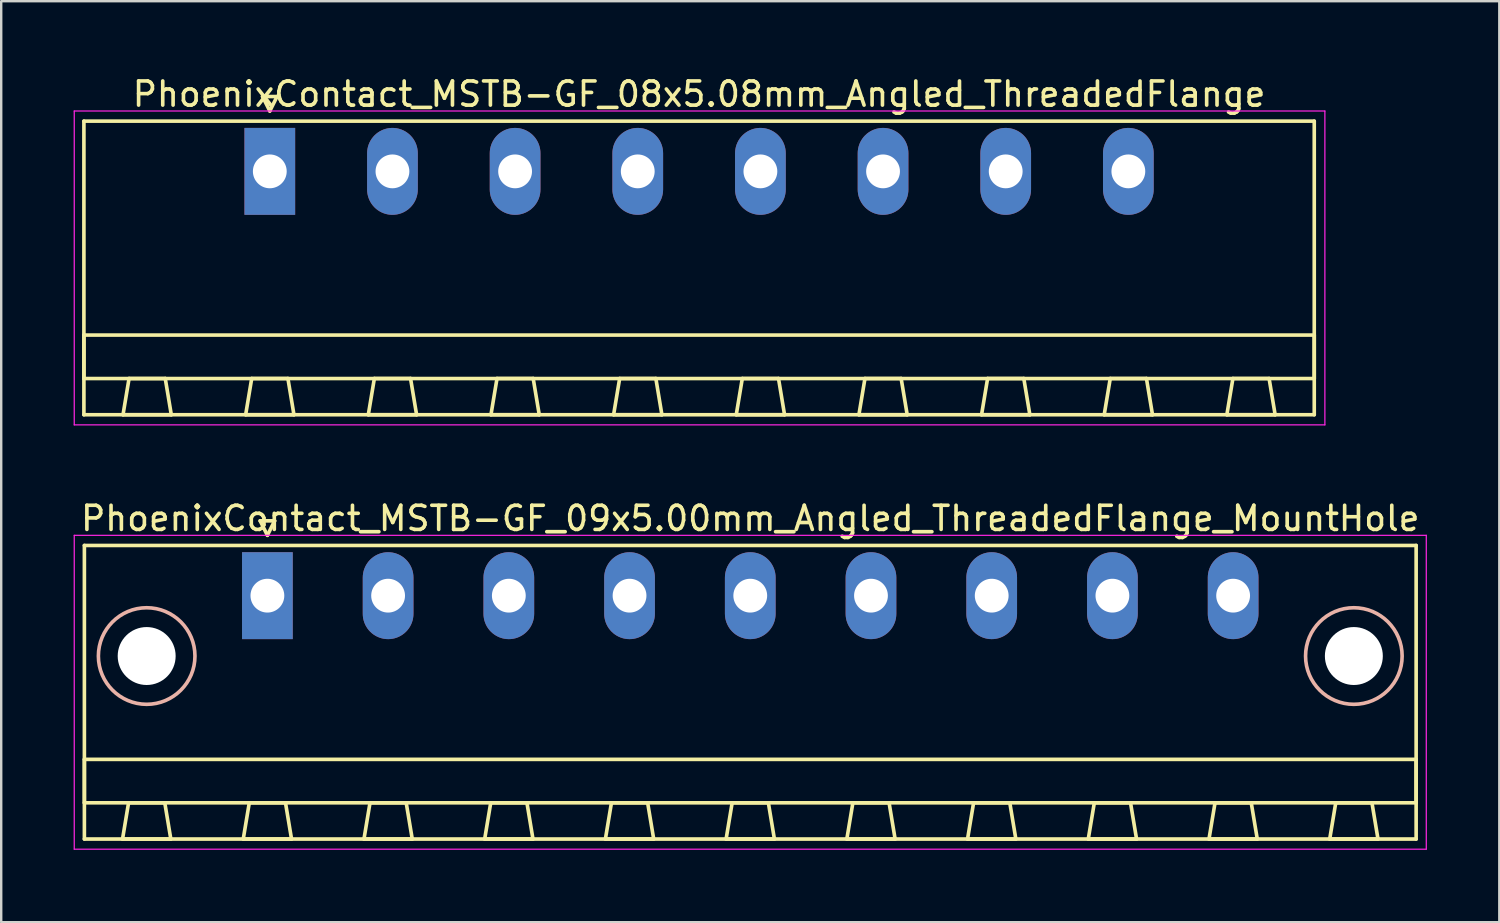
<source format=kicad_pcb>
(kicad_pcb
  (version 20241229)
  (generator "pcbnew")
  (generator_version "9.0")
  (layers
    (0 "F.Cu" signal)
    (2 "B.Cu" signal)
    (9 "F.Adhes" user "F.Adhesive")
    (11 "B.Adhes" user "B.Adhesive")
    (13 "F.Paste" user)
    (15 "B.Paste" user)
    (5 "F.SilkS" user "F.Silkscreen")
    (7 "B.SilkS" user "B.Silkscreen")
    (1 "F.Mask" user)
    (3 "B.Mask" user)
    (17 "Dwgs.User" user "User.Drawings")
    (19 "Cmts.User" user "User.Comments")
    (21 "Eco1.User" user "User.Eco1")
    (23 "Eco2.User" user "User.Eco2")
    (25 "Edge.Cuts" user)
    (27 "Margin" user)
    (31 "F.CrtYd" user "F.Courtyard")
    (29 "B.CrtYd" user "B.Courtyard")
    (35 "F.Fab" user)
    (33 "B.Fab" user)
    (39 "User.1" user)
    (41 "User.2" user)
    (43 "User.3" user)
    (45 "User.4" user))
  (footprint "PhoenixContact_MSTB-GF_08x5.08mm_Angled_ThreadedFlange"
    (layer "F.Cu")
    (at 8.125 4.048)
    (property "Reference" "PhoenixContact_MSTB-GF_08x5.08mm_Angled_ThreadedFlange" (at 17.78 -3.2 0) (layer "F.SilkS") (effects (font (size 1 1) (thickness 0.15))))
    (attr through_hole)
    (fp_line (start -7.7 -2.08) (end -7.7 10.08) (stroke (width 0.15) (type solid)) (layer "F.SilkS"))
    (fp_line (start -7.7 6.78) (end 43.26 6.78) (stroke (width 0.15) (type solid)) (layer "F.SilkS"))
    (fp_line (start -7.7 8.58) (end -7.7 6.78) (stroke (width 0.15) (type solid)) (layer "F.SilkS"))
    (fp_line (start -7.7 10.08) (end 43.26 10.08) (stroke (width 0.15) (type solid)) (layer "F.SilkS"))
    (fp_line (start -6.08 10.08) (end -4.08 10.08) (stroke (width 0.15) (type solid)) (layer "F.SilkS"))
    (fp_line (start -5.83 8.58) (end -6.08 10.08) (stroke (width 0.15) (type solid)) (layer "F.SilkS"))
    (fp_line (start -4.33 8.58) (end -5.83 8.58) (stroke (width 0.15) (type solid)) (layer "F.SilkS"))
    (fp_line (start -4.08 10.08) (end -4.33 8.58) (stroke (width 0.15) (type solid)) (layer "F.SilkS"))
    (fp_line (start -1 10.08) (end 1 10.08) (stroke (width 0.15) (type solid)) (layer "F.SilkS"))
    (fp_line (start -0.75 8.58) (end -1 10.08) (stroke (width 0.15) (type solid)) (layer "F.SilkS"))
    (fp_line (start -0.3 -3.1) (end 0 -2.5) (stroke (width 0.15) (type solid)) (layer "F.SilkS"))
    (fp_line (start 0 -2.5) (end 0.3 -3.1) (stroke (width 0.15) (type solid)) (layer "F.SilkS"))
    (fp_line (start 0.3 -3.1) (end -0.3 -3.1) (stroke (width 0.15) (type solid)) (layer "F.SilkS"))
    (fp_line (start 0.75 8.58) (end -0.75 8.58) (stroke (width 0.15) (type solid)) (layer "F.SilkS"))
    (fp_line (start 1 10.08) (end 0.75 8.58) (stroke (width 0.15) (type solid)) (layer "F.SilkS"))
    (fp_line (start 4.08 10.08) (end 6.08 10.08) (stroke (width 0.15) (type solid)) (layer "F.SilkS"))
    (fp_line (start 4.33 8.58) (end 4.08 10.08) (stroke (width 0.15) (type solid)) (layer "F.SilkS"))
    (fp_line (start 5.83 8.58) (end 4.33 8.58) (stroke (width 0.15) (type solid)) (layer "F.SilkS"))
    (fp_line (start 6.08 10.08) (end 5.83 8.58) (stroke (width 0.15) (type solid)) (layer "F.SilkS"))
    (fp_line (start 9.16 10.08) (end 11.16 10.08) (stroke (width 0.15) (type solid)) (layer "F.SilkS"))
    (fp_line (start 9.41 8.58) (end 9.16 10.08) (stroke (width 0.15) (type solid)) (layer "F.SilkS"))
    (fp_line (start 10.91 8.58) (end 9.41 8.58) (stroke (width 0.15) (type solid)) (layer "F.SilkS"))
    (fp_line (start 11.16 10.08) (end 10.91 8.58) (stroke (width 0.15) (type solid)) (layer "F.SilkS"))
    (fp_line (start 14.24 10.08) (end 16.24 10.08) (stroke (width 0.15) (type solid)) (layer "F.SilkS"))
    (fp_line (start 14.49 8.58) (end 14.24 10.08) (stroke (width 0.15) (type solid)) (layer "F.SilkS"))
    (fp_line (start 15.99 8.58) (end 14.49 8.58) (stroke (width 0.15) (type solid)) (layer "F.SilkS"))
    (fp_line (start 16.24 10.08) (end 15.99 8.58) (stroke (width 0.15) (type solid)) (layer "F.SilkS"))
    (fp_line (start 19.32 10.08) (end 21.32 10.08) (stroke (width 0.15) (type solid)) (layer "F.SilkS"))
    (fp_line (start 19.57 8.58) (end 19.32 10.08) (stroke (width 0.15) (type solid)) (layer "F.SilkS"))
    (fp_line (start 21.07 8.58) (end 19.57 8.58) (stroke (width 0.15) (type solid)) (layer "F.SilkS"))
    (fp_line (start 21.32 10.08) (end 21.07 8.58) (stroke (width 0.15) (type solid)) (layer "F.SilkS"))
    (fp_line (start 24.4 10.08) (end 26.4 10.08) (stroke (width 0.15) (type solid)) (layer "F.SilkS"))
    (fp_line (start 24.65 8.58) (end 24.4 10.08) (stroke (width 0.15) (type solid)) (layer "F.SilkS"))
    (fp_line (start 26.15 8.58) (end 24.65 8.58) (stroke (width 0.15) (type solid)) (layer "F.SilkS"))
    (fp_line (start 26.4 10.08) (end 26.15 8.58) (stroke (width 0.15) (type solid)) (layer "F.SilkS"))
    (fp_line (start 29.48 10.08) (end 31.48 10.08) (stroke (width 0.15) (type solid)) (layer "F.SilkS"))
    (fp_line (start 29.73 8.58) (end 29.48 10.08) (stroke (width 0.15) (type solid)) (layer "F.SilkS"))
    (fp_line (start 31.23 8.58) (end 29.73 8.58) (stroke (width 0.15) (type solid)) (layer "F.SilkS"))
    (fp_line (start 31.48 10.08) (end 31.23 8.58) (stroke (width 0.15) (type solid)) (layer "F.SilkS"))
    (fp_line (start 34.56 10.08) (end 36.56 10.08) (stroke (width 0.15) (type solid)) (layer "F.SilkS"))
    (fp_line (start 34.81 8.58) (end 34.56 10.08) (stroke (width 0.15) (type solid)) (layer "F.SilkS"))
    (fp_line (start 36.31 8.58) (end 34.81 8.58) (stroke (width 0.15) (type solid)) (layer "F.SilkS"))
    (fp_line (start 36.56 10.08) (end 36.31 8.58) (stroke (width 0.15) (type solid)) (layer "F.SilkS"))
    (fp_line (start 39.64 10.08) (end 41.64 10.08) (stroke (width 0.15) (type solid)) (layer "F.SilkS"))
    (fp_line (start 39.89 8.58) (end 39.64 10.08) (stroke (width 0.15) (type solid)) (layer "F.SilkS"))
    (fp_line (start 41.39 8.58) (end 39.89 8.58) (stroke (width 0.15) (type solid)) (layer "F.SilkS"))
    (fp_line (start 41.64 10.08) (end 41.39 8.58) (stroke (width 0.15) (type solid)) (layer "F.SilkS"))
    (fp_line (start 43.26 -2.08) (end -7.7 -2.08) (stroke (width 0.15) (type solid)) (layer "F.SilkS"))
    (fp_line (start 43.26 6.78) (end 43.26 8.58) (stroke (width 0.15) (type solid)) (layer "F.SilkS"))
    (fp_line (start 43.26 8.58) (end -7.7 8.58) (stroke (width 0.15) (type solid)) (layer "F.SilkS"))
    (fp_line (start 43.26 10.08) (end 43.26 -2.08) (stroke (width 0.15) (type solid)) (layer "F.SilkS"))
    (fp_line (start -8.1 -2.5) (end -8.1 10.5) (stroke (width 0.05) (type solid)) (layer "F.CrtYd"))
    (fp_line (start -8.1 10.5) (end 43.7 10.5) (stroke (width 0.05) (type solid)) (layer "F.CrtYd"))
    (fp_line (start 43.7 -2.5) (end -8.1 -2.5) (stroke (width 0.05) (type solid)) (layer "F.CrtYd"))
    (fp_line (start 43.7 10.5) (end 43.7 -2.5) (stroke (width 0.05) (type solid)) (layer "F.CrtYd"))
    (pad "1" thru_hole rect (at 0 0) (size 2.1 3.6) (drill 1.4) (layers "*.Cu" "*.Mask"))
    (pad "2" thru_hole oval (at 5.08 0) (size 2.1 3.6) (drill 1.4) (layers "*.Cu" "*.Mask"))
    (pad "3" thru_hole oval (at 10.16 0) (size 2.1 3.6) (drill 1.4) (layers "*.Cu" "*.Mask"))
    (pad "4" thru_hole oval (at 15.24 0) (size 2.1 3.6) (drill 1.4) (layers "*.Cu" "*.Mask"))
    (pad "5" thru_hole oval (at 20.32 0) (size 2.1 3.6) (drill 1.4) (layers "*.Cu" "*.Mask"))
    (pad "6" thru_hole oval (at 25.4 0) (size 2.1 3.6) (drill 1.4) (layers "*.Cu" "*.Mask"))
    (pad "7" thru_hole oval (at 30.48 0) (size 2.1 3.6) (drill 1.4) (layers "*.Cu" "*.Mask"))
    (pad "8" thru_hole oval (at 35.56 0) (size 2.1 3.6) (drill 1.4) (layers "*.Cu" "*.Mask")))
  (footprint "PhoenixContact_MSTB-GF_09x5.00mm_Angled_ThreadedFlange_MountHole"
    (layer "F.Cu")
    (at 8.025 21.622)
    (property "Reference" "PhoenixContact_MSTB-GF_09x5.00mm_Angled_ThreadedFlange_MountHole" (at 20 -3.2 0) (layer "F.SilkS") (effects (font (size 1 1) (thickness 0.15))))
    (attr through_hole)
    (fp_line (start -7.58 -2.08) (end -7.58 10.08) (stroke (width 0.15) (type solid)) (layer "F.SilkS"))
    (fp_line (start -7.58 6.78) (end 47.58 6.78) (stroke (width 0.15) (type solid)) (layer "F.SilkS"))
    (fp_line (start -7.58 8.58) (end -7.58 6.78) (stroke (width 0.15) (type solid)) (layer "F.SilkS"))
    (fp_line (start -7.58 10.08) (end 47.58 10.08) (stroke (width 0.15) (type solid)) (layer "F.SilkS"))
    (fp_line (start -6 10.08) (end -4 10.08) (stroke (width 0.15) (type solid)) (layer "F.SilkS"))
    (fp_line (start -5.75 8.58) (end -6 10.08) (stroke (width 0.15) (type solid)) (layer "F.SilkS"))
    (fp_line (start -4.25 8.58) (end -5.75 8.58) (stroke (width 0.15) (type solid)) (layer "F.SilkS"))
    (fp_line (start -4 10.08) (end -4.25 8.58) (stroke (width 0.15) (type solid)) (layer "F.SilkS"))
    (fp_line (start -1 10.08) (end 1 10.08) (stroke (width 0.15) (type solid)) (layer "F.SilkS"))
    (fp_line (start -0.75 8.58) (end -1 10.08) (stroke (width 0.15) (type solid)) (layer "F.SilkS"))
    (fp_line (start -0.3 -3.1) (end 0 -2.5) (stroke (width 0.15) (type solid)) (layer "F.SilkS"))
    (fp_line (start 0 -2.5) (end 0.3 -3.1) (stroke (width 0.15) (type solid)) (layer "F.SilkS"))
    (fp_line (start 0.3 -3.1) (end -0.3 -3.1) (stroke (width 0.15) (type solid)) (layer "F.SilkS"))
    (fp_line (start 0.75 8.58) (end -0.75 8.58) (stroke (width 0.15) (type solid)) (layer "F.SilkS"))
    (fp_line (start 1 10.08) (end 0.75 8.58) (stroke (width 0.15) (type solid)) (layer "F.SilkS"))
    (fp_line (start 4 10.08) (end 6 10.08) (stroke (width 0.15) (type solid)) (layer "F.SilkS"))
    (fp_line (start 4.25 8.58) (end 4 10.08) (stroke (width 0.15) (type solid)) (layer "F.SilkS"))
    (fp_line (start 5.75 8.58) (end 4.25 8.58) (stroke (width 0.15) (type solid)) (layer "F.SilkS"))
    (fp_line (start 6 10.08) (end 5.75 8.58) (stroke (width 0.15) (type solid)) (layer "F.SilkS"))
    (fp_line (start 9 10.08) (end 11 10.08) (stroke (width 0.15) (type solid)) (layer "F.SilkS"))
    (fp_line (start 9.25 8.58) (end 9 10.08) (stroke (width 0.15) (type solid)) (layer "F.SilkS"))
    (fp_line (start 10.75 8.58) (end 9.25 8.58) (stroke (width 0.15) (type solid)) (layer "F.SilkS"))
    (fp_line (start 11 10.08) (end 10.75 8.58) (stroke (width 0.15) (type solid)) (layer "F.SilkS"))
    (fp_line (start 14 10.08) (end 16 10.08) (stroke (width 0.15) (type solid)) (layer "F.SilkS"))
    (fp_line (start 14.25 8.58) (end 14 10.08) (stroke (width 0.15) (type solid)) (layer "F.SilkS"))
    (fp_line (start 15.75 8.58) (end 14.25 8.58) (stroke (width 0.15) (type solid)) (layer "F.SilkS"))
    (fp_line (start 16 10.08) (end 15.75 8.58) (stroke (width 0.15) (type solid)) (layer "F.SilkS"))
    (fp_line (start 19 10.08) (end 21 10.08) (stroke (width 0.15) (type solid)) (layer "F.SilkS"))
    (fp_line (start 19.25 8.58) (end 19 10.08) (stroke (width 0.15) (type solid)) (layer "F.SilkS"))
    (fp_line (start 20.75 8.58) (end 19.25 8.58) (stroke (width 0.15) (type solid)) (layer "F.SilkS"))
    (fp_line (start 21 10.08) (end 20.75 8.58) (stroke (width 0.15) (type solid)) (layer "F.SilkS"))
    (fp_line (start 24 10.08) (end 26 10.08) (stroke (width 0.15) (type solid)) (layer "F.SilkS"))
    (fp_line (start 24.25 8.58) (end 24 10.08) (stroke (width 0.15) (type solid)) (layer "F.SilkS"))
    (fp_line (start 25.75 8.58) (end 24.25 8.58) (stroke (width 0.15) (type solid)) (layer "F.SilkS"))
    (fp_line (start 26 10.08) (end 25.75 8.58) (stroke (width 0.15) (type solid)) (layer "F.SilkS"))
    (fp_line (start 29 10.08) (end 31 10.08) (stroke (width 0.15) (type solid)) (layer "F.SilkS"))
    (fp_line (start 29.25 8.58) (end 29 10.08) (stroke (width 0.15) (type solid)) (layer "F.SilkS"))
    (fp_line (start 30.75 8.58) (end 29.25 8.58) (stroke (width 0.15) (type solid)) (layer "F.SilkS"))
    (fp_line (start 31 10.08) (end 30.75 8.58) (stroke (width 0.15) (type solid)) (layer "F.SilkS"))
    (fp_line (start 34 10.08) (end 36 10.08) (stroke (width 0.15) (type solid)) (layer "F.SilkS"))
    (fp_line (start 34.25 8.58) (end 34 10.08) (stroke (width 0.15) (type solid)) (layer "F.SilkS"))
    (fp_line (start 35.75 8.58) (end 34.25 8.58) (stroke (width 0.15) (type solid)) (layer "F.SilkS"))
    (fp_line (start 36 10.08) (end 35.75 8.58) (stroke (width 0.15) (type solid)) (layer "F.SilkS"))
    (fp_line (start 39 10.08) (end 41 10.08) (stroke (width 0.15) (type solid)) (layer "F.SilkS"))
    (fp_line (start 39.25 8.58) (end 39 10.08) (stroke (width 0.15) (type solid)) (layer "F.SilkS"))
    (fp_line (start 40.75 8.58) (end 39.25 8.58) (stroke (width 0.15) (type solid)) (layer "F.SilkS"))
    (fp_line (start 41 10.08) (end 40.75 8.58) (stroke (width 0.15) (type solid)) (layer "F.SilkS"))
    (fp_line (start 44 10.08) (end 46 10.08) (stroke (width 0.15) (type solid)) (layer "F.SilkS"))
    (fp_line (start 44.25 8.58) (end 44 10.08) (stroke (width 0.15) (type solid)) (layer "F.SilkS"))
    (fp_line (start 45.75 8.58) (end 44.25 8.58) (stroke (width 0.15) (type solid)) (layer "F.SilkS"))
    (fp_line (start 46 10.08) (end 45.75 8.58) (stroke (width 0.15) (type solid)) (layer "F.SilkS"))
    (fp_line (start 47.58 -2.08) (end -7.58 -2.08) (stroke (width 0.15) (type solid)) (layer "F.SilkS"))
    (fp_line (start 47.58 6.78) (end 47.58 8.58) (stroke (width 0.15) (type solid)) (layer "F.SilkS"))
    (fp_line (start 47.58 8.58) (end -7.58 8.58) (stroke (width 0.15) (type solid)) (layer "F.SilkS"))
    (fp_line (start 47.58 10.08) (end 47.58 -2.08) (stroke (width 0.15) (type solid)) (layer "F.SilkS"))
    (fp_circle (center -5 2.5) (end -3 2.5) (stroke (width 0.15) (type solid)) (fill no) (layer "B.SilkS"))
    (fp_circle (center 45 2.5) (end 47 2.5) (stroke (width 0.15) (type solid)) (fill no) (layer "B.SilkS"))
    (fp_line (start -8 -2.5) (end -8 10.5) (stroke (width 0.05) (type solid)) (layer "F.CrtYd"))
    (fp_line (start -8 10.5) (end 48 10.5) (stroke (width 0.05) (type solid)) (layer "F.CrtYd"))
    (fp_line (start 48 -2.5) (end -8 -2.5) (stroke (width 0.05) (type solid)) (layer "F.CrtYd"))
    (fp_line (start 48 10.5) (end 48 -2.5) (stroke (width 0.05) (type solid)) (layer "F.CrtYd"))
    (pad "" np_thru_hole circle (at -5 2.5) (size 2.4 2.4) (drill 2.4) (layers "*.Cu" "*.Mask"))
    (pad "" np_thru_hole circle (at 45 2.5) (size 2.4 2.4) (drill 2.4) (layers "*.Cu" "*.Mask"))
    (pad "1" thru_hole rect (at 0 0) (size 2.1 3.6) (drill 1.4) (layers "*.Cu" "*.Mask"))
    (pad "2" thru_hole oval (at 5 0) (size 2.1 3.6) (drill 1.4) (layers "*.Cu" "*.Mask"))
    (pad "3" thru_hole oval (at 10 0) (size 2.1 3.6) (drill 1.4) (layers "*.Cu" "*.Mask"))
    (pad "4" thru_hole oval (at 15 0) (size 2.1 3.6) (drill 1.4) (layers "*.Cu" "*.Mask"))
    (pad "5" thru_hole oval (at 20 0) (size 2.1 3.6) (drill 1.4) (layers "*.Cu" "*.Mask"))
    (pad "6" thru_hole oval (at 25 0) (size 2.1 3.6) (drill 1.4) (layers "*.Cu" "*.Mask"))
    (pad "7" thru_hole oval (at 30 0) (size 2.1 3.6) (drill 1.4) (layers "*.Cu" "*.Mask"))
    (pad "8" thru_hole oval (at 35 0) (size 2.1 3.6) (drill 1.4) (layers "*.Cu" "*.Mask"))
    (pad "9" thru_hole oval (at 40 0) (size 2.1 3.6) (drill 1.4) (layers "*.Cu" "*.Mask")))
  (gr_rect
    (start -3 -3)
    (end 59.05 35.147)
    (stroke (width 0.1) (type default))
    (fill no)
    (layer "Edge.Cuts")))
</source>
